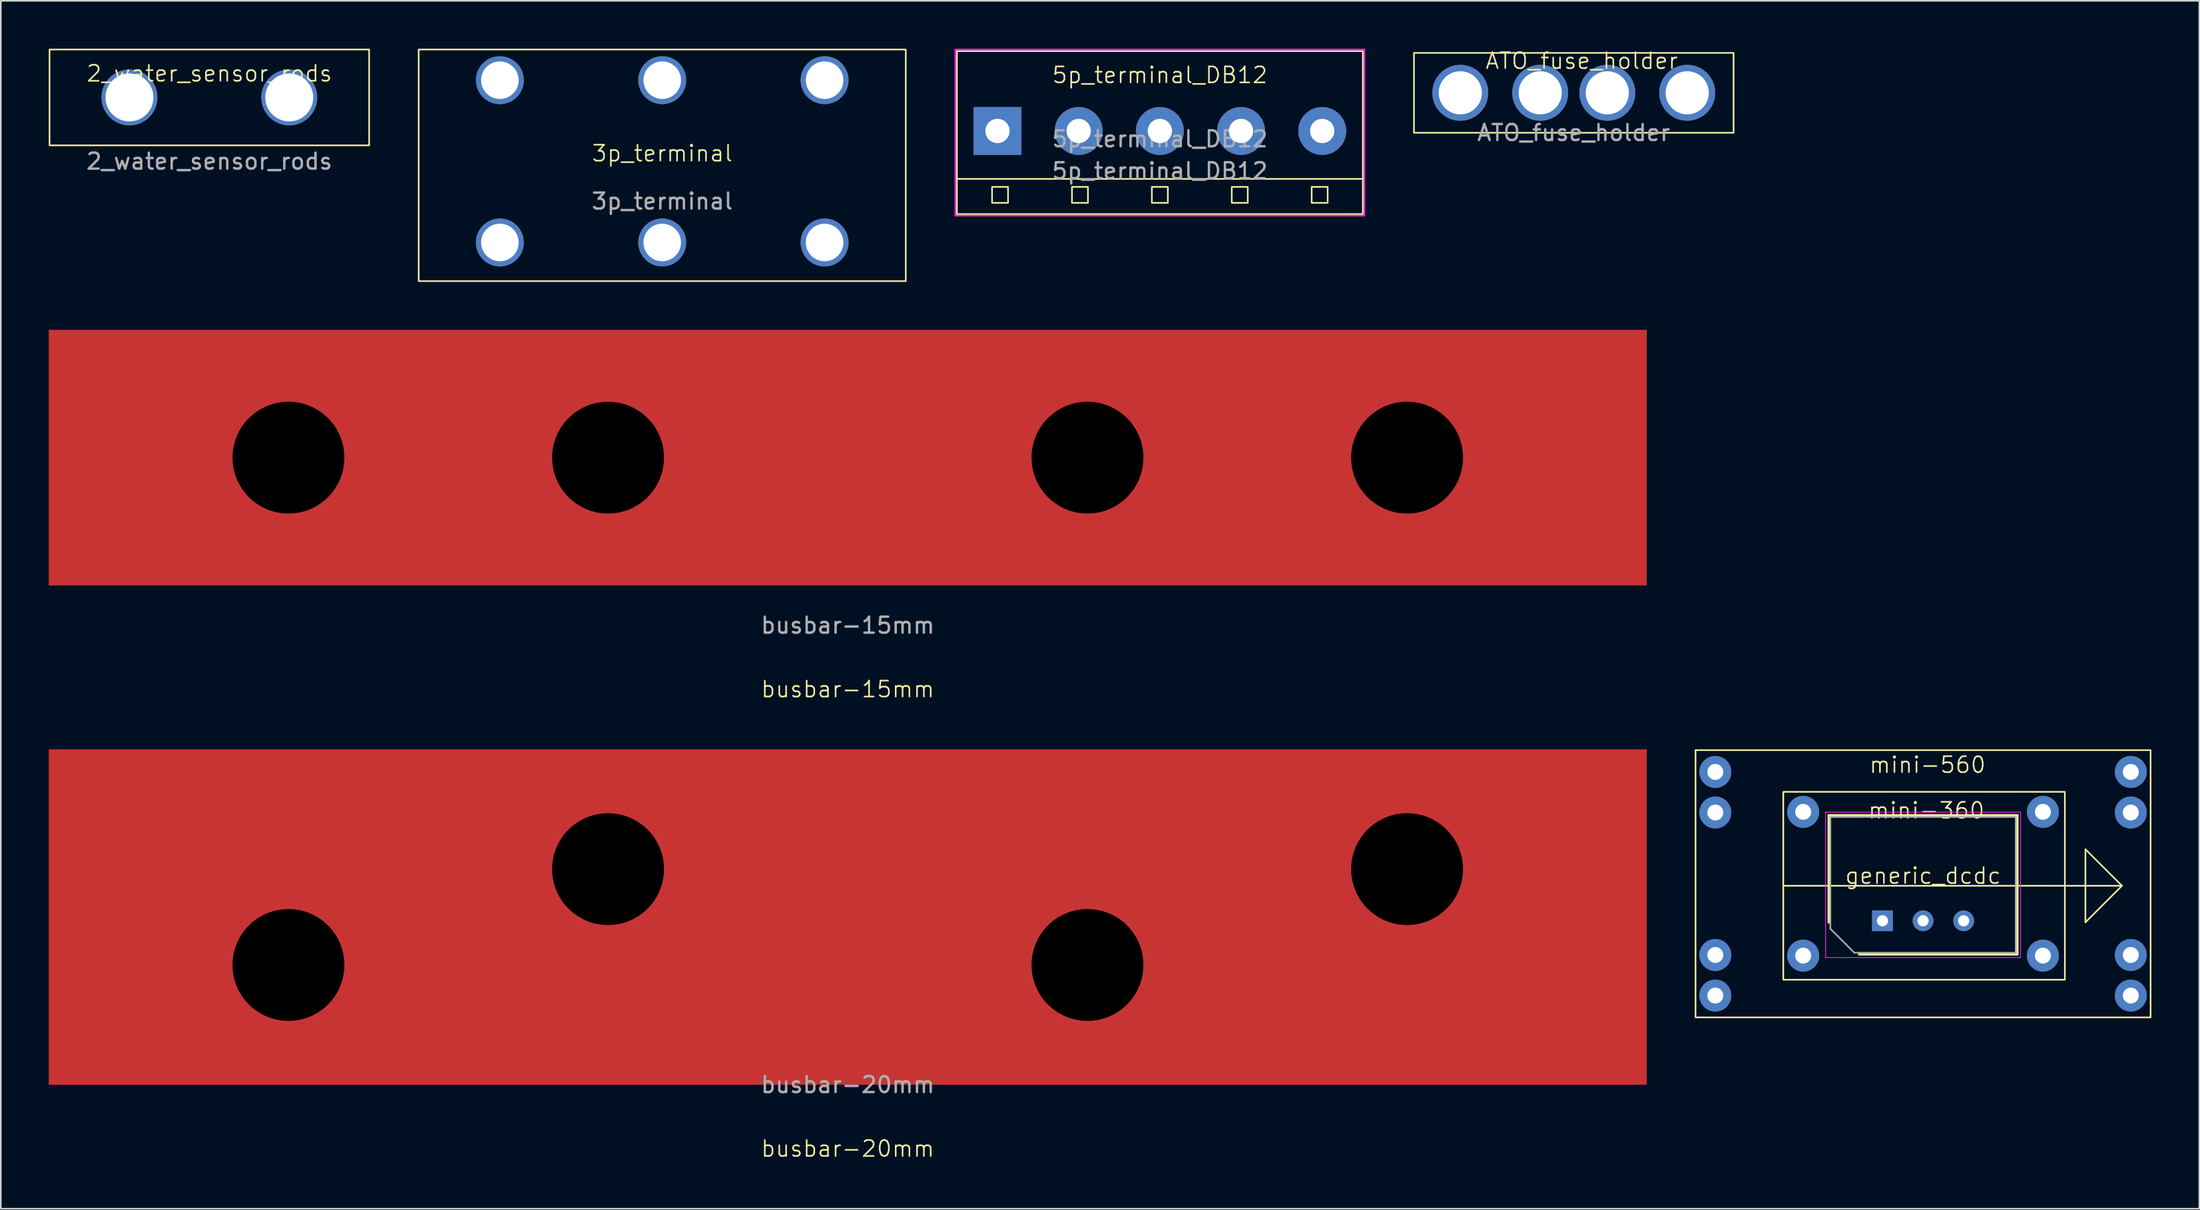
<source format=kicad_pcb>
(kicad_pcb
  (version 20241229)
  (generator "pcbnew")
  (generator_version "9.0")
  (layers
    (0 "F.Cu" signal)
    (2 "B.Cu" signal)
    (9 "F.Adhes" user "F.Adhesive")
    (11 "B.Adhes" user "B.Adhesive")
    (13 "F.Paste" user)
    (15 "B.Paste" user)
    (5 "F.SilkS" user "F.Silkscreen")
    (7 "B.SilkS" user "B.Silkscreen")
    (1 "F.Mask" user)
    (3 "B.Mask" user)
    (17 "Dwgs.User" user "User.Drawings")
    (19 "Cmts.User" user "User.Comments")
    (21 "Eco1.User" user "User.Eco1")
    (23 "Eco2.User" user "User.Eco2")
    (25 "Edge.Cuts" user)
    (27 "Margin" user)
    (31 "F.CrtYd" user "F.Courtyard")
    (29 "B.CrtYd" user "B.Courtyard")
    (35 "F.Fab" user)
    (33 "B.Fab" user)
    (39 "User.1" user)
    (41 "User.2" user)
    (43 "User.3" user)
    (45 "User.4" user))
  (footprint "busbar-15mm"
    (layer "F.Cu")
    (at 50 25.6)
    (property "Reference" "busbar-15mm" (at 0 14.5 0) (unlocked yes) (layer "F.SilkS") (effects (font (size 1 1) (thickness 0.1))))
    (attr smd)
    (fp_text user "${REFERENCE}" (at 0 10.5 0) (unlocked yes) (layer "F.Fab") (effects (font (size 1 1) (thickness 0.15))))
    (pad "" np_thru_hole circle (at -35 0) (size 7 7) (drill 7) (layers "*.Mask"))
    (pad "" np_thru_hole circle (at -15 0) (size 7 7) (drill 7) (layers "*.Mask"))
    (pad "" np_thru_hole circle (at 15 0) (size 7 7) (drill 7) (layers "*.Mask"))
    (pad "" np_thru_hole circle (at 35 0) (size 7 7) (drill 7) (layers "*.Mask"))
    (pad "1" smd rect (at 0 0) (size 100 16) (layers "F.Cu" "F.Mask" "F.Paste")))
  (footprint "busbar-20mm"
    (layer "F.Cu")
    (at 50 54.361)
    (property "Reference" "busbar-20mm" (at 0 14.5 0) (unlocked yes) (layer "F.SilkS") (effects (font (size 1 1) (thickness 0.1))))
    (attr smd)
    (fp_text user "${REFERENCE}" (at 0 10.5 0) (unlocked yes) (layer "F.Fab") (effects (font (size 1 1) (thickness 0.15))))
    (pad "" np_thru_hole circle (at -35 3) (size 7 7) (drill 7) (layers "*.Mask"))
    (pad "" np_thru_hole circle (at -15 -3) (size 7 7) (drill 7) (layers "*.Mask"))
    (pad "" np_thru_hole circle (at 15 3) (size 7 7) (drill 7) (layers "*.Mask"))
    (pad "" np_thru_hole circle (at 35 -3) (size 7 7) (drill 7) (layers "*.Mask"))
    (pad "1" smd rect (at 0 0) (size 100 21) (layers "F.Cu" "F.Mask" "F.Paste")))
  (footprint "3p_terminal"
    (layer "F.Cu")
    (at 38.39 7.05)
    (property "Reference" "3p_terminal" (at 0 -0.5 0) (unlocked yes) (layer "F.SilkS") (effects (font (size 1 1) (thickness 0.1))))
    (attr through_hole)
    (fp_rect (start -15.24 -7) (end 15.24 7.5) (stroke (width 0.1) (type default)) (fill no) (layer "F.SilkS"))
    (fp_text user "${REFERENCE}" (at 0 2.5 0) (unlocked yes) (layer "F.Fab") (effects (font (size 1 1) (thickness 0.15))))
    (pad "1" thru_hole circle (at -10.16 -5.08) (size 3 3) (drill 2.35) (layers "*.Cu" "*.Mask"))
    (pad "1" thru_hole circle (at -10.16 5.08) (size 3 3) (drill 2.35) (layers "*.Cu" "*.Mask"))
    (pad "2" thru_hole circle (at 0 -5.08) (size 3 3) (drill 2.35) (layers "*.Cu" "*.Mask"))
    (pad "2" thru_hole circle (at 0 5.08) (size 3 3) (drill 2.35) (layers "*.Cu" "*.Mask"))
    (pad "3" thru_hole circle (at 10.16 -5.08) (size 3 3) (drill 2.35) (layers "*.Cu" "*.Mask"))
    (pad "3" thru_hole circle (at 10.16 5.08) (size 3 3) (drill 2.35) (layers "*.Cu" "*.Mask")))
  (footprint "generic_dcdc"
    (layer "F.Cu")
    (at 117.288 52.276)
    (property "Reference" "generic_dcdc" (at 0 -0.5 0) (unlocked yes) (layer "F.SilkS") (effects (font (size 1 1) (thickness 0.1))))
    (attr through_hole)
    (fp_line (start -8.746 0.127) (end 12.446 0.127) (stroke (width 0.1) (type default)) (layer "F.SilkS"))
    (fp_line (start -5.9 -4.281) (end 5.9 -4.281) (stroke (width 0.15) (type solid)) (layer "F.SilkS"))
    (fp_line (start -5.9 2.419) (end -5.9 -4.281) (stroke (width 0.15) (type solid)) (layer "F.SilkS"))
    (fp_line (start -4 4.419) (end 5.9 4.419) (stroke (width 0.15) (type solid)) (layer "F.SilkS"))
    (fp_line (start 5.9 -4.281) (end 5.9 4.419) (stroke (width 0.15) (type solid)) (layer "F.SilkS"))
    (fp_line (start 10.16 -2.159) (end 12.446 0.127) (stroke (width 0.1) (type default)) (layer "F.SilkS"))
    (fp_line (start 10.16 2.413) (end 10.16 -2.159) (stroke (width 0.1) (type default)) (layer "F.SilkS"))
    (fp_line (start 12.446 0.127) (end 10.16 2.413) (stroke (width 0.1) (type default)) (layer "F.SilkS"))
    (fp_rect (start -14.238 -8.365) (end 14.238 8.365) (stroke (width 0.1) (type default)) (fill no) (layer "F.SilkS"))
    (fp_rect (start -8.746 -5.754) (end 8.873 6.008) (stroke (width 0.1) (type default)) (fill no) (layer "F.SilkS"))
    (fp_line (start -6.1 4.619) (end -6.1 -4.481) (stroke (width 0.05) (type solid)) (layer "F.CrtYd"))
    (fp_line (start 6.1 -4.481) (end -6.1 -4.481) (stroke (width 0.05) (type solid)) (layer "F.CrtYd"))
    (fp_line (start 6.1 4.619) (end -6.1 4.619) (stroke (width 0.05) (type solid)) (layer "F.CrtYd"))
    (fp_line (start 6.1 4.619) (end 6.1 -4.481) (stroke (width 0.05) (type solid)) (layer "F.CrtYd"))
    (fp_line (start -5.8 -4.181) (end -5.8 2.819) (stroke (width 0.1) (type solid)) (layer "F.Fab"))
    (fp_line (start -5.8 2.819) (end -4.3 4.319) (stroke (width 0.1) (type solid)) (layer "F.Fab"))
    (fp_line (start 5.8 -4.181) (end -5.8 -4.181) (stroke (width 0.1) (type solid)) (layer "F.Fab"))
    (fp_line (start 5.8 4.319) (end -4.3 4.319) (stroke (width 0.1) (type solid)) (layer "F.Fab"))
    (fp_line (start 5.8 4.319) (end 5.8 -4.181) (stroke (width 0.1) (type solid)) (layer "F.Fab"))
    (fp_text user "mini-360" (at -3.5 -4 0) (unlocked yes) (layer "F.SilkS") (effects (font (size 1 1) (thickness 0.1)) (justify left bottom)))
    (fp_text user "mini-560" (at -3.429 -6.858 0) (unlocked yes) (layer "F.SilkS") (effects (font (size 1 1) (thickness 0.1)) (justify left bottom)))
    (pad "1" thru_hole circle (at -13 -7) (size 2 2) (drill 1) (layers "*.Cu" "*.Mask"))
    (pad "1" thru_hole circle (at -13 -4.46) (size 2 2) (drill 1) (layers "*.Cu" "*.Mask"))
    (pad "1" thru_hole circle (at -7.5 -4.5) (size 2 2) (drill 1) (layers "*.Cu" "*.Mask"))
    (pad "1" thru_hole rect (at -2.54 2.319 270) (size 1.3 1.3) (drill 0.7) (layers "*.Cu" "*.Mask"))
    (pad "2" thru_hole circle (at -13 4.46) (size 2 2) (drill 1) (layers "*.Cu" "*.Mask"))
    (pad "2" thru_hole circle (at -13 7) (size 2 2) (drill 1) (layers "*.Cu" "*.Mask"))
    (pad "2" thru_hole circle (at -7.5 4.5) (size 2 2) (drill 1) (layers "*.Cu" "*.Mask"))
    (pad "2" thru_hole circle (at 0 2.319 180) (size 1.3 1.3) (drill 0.7) (layers "*.Cu" "*.Mask"))
    (pad "3" thru_hole circle (at 2.54 2.319 270) (size 1.3 1.3) (drill 0.7) (layers "*.Cu" "*.Mask"))
    (pad "3" thru_hole circle (at 7.5 -4.5) (size 2 2) (drill 1) (layers "*.Cu" "*.Mask"))
    (pad "3" thru_hole circle (at 13 -7) (size 2 2) (drill 1) (layers "*.Cu" "*.Mask"))
    (pad "3" thru_hole circle (at 13 -4.46) (size 2 2) (drill 1) (layers "*.Cu" "*.Mask"))
    (pad "4" thru_hole circle (at 7.5 4.5) (size 2 2) (drill 1) (layers "*.Cu" "*.Mask"))
    (pad "4" thru_hole circle (at 13 4.46) (size 2 2) (drill 1) (layers "*.Cu" "*.Mask"))
    (pad "4" thru_hole circle (at 13 7) (size 2 2) (drill 1) (layers "*.Cu" "*.Mask")))
  (footprint "2_water_sensor_rods"
    (layer "F.Cu")
    (at 10.05 3.05)
    (property "Reference" "2_water_sensor_rods" (at 0 -1.5 0) (unlocked yes) (layer "F.SilkS") (effects (font (size 1 1) (thickness 0.1))))
    (fp_rect (start -10 -3) (end 10 3) (stroke (width 0.1) (type default)) (fill no) (layer "F.SilkS"))
    (fp_text user "${REFERENCE}" (at 0 4 0) (unlocked yes) (layer "F.Fab") (effects (font (size 1 1) (thickness 0.15))))
    (pad "1" thru_hole circle (at -5 0) (size 3.5 3.5) (drill 3) (layers "*.Cu" "*.Mask"))
    (pad "2" thru_hole circle (at 5 0) (size 3.5 3.5) (drill 3) (layers "*.Cu" "*.Mask")))
  (footprint "ATO_fuse_holder"
    (layer "F.Cu")
    (at 95.43 2.76)
    (property "Reference" "ATO_fuse_holder" (at 0.5 -2 0) (unlocked yes) (layer "F.SilkS") (effects (font (size 1 1) (thickness 0.1))))
    (fp_rect (start -10 -2.5) (end 10 2.5) (stroke (width 0.1) (type default)) (fill no) (layer "F.SilkS"))
    (fp_text user "${REFERENCE}" (at 0 2.5 0) (unlocked yes) (layer "F.Fab") (effects (font (size 1 1) (thickness 0.15))))
    (pad "1" thru_hole circle (at -7.1 0) (size 3.5 3.5) (drill 2.7) (layers "*.Cu" "*.Mask"))
    (pad "1" thru_hole circle (at -2.1 0) (size 3.5 3.5) (drill 2.7) (layers "*.Cu" "*.Mask"))
    (pad "2" thru_hole circle (at 2.1 0) (size 3.5 3.5) (drill 2.7) (layers "*.Cu" "*.Mask"))
    (pad "2" thru_hole circle (at 7.1 0) (size 3.5 3.5) (drill 2.7) (layers "*.Cu" "*.Mask")))
  (footprint "5p_terminal_DB12"
    (layer "F.Cu")
    (at 69.53 5.15)
    (property "Reference" "5p_terminal_DB12" (at 0 -3.5 0) (unlocked yes) (layer "F.SilkS") (effects (font (size 1 1) (thickness 0.1))))
    (attr through_hole)
    (fp_line (start -12.7 3) (end 12.7 3) (stroke (width 0.1) (type default)) (layer "F.SilkS"))
    (fp_rect (start -12.7 -5) (end 12.7 5.2) (stroke (width 0.1) (type default)) (fill no) (layer "F.SilkS"))
    (fp_rect (start -10.5 3.5) (end -9.5 4.5) (stroke (width 0.1) (type default)) (fill no) (layer "F.SilkS"))
    (fp_rect (start -5.5 3.5) (end -4.5 4.5) (stroke (width 0.1) (type default)) (fill no) (layer "F.SilkS"))
    (fp_rect (start -0.5 3.5) (end 0.5 4.5) (stroke (width 0.1) (type default)) (fill no) (layer "F.SilkS"))
    (fp_rect (start 4.5 3.5) (end 5.5 4.5) (stroke (width 0.1) (type default)) (fill no) (layer "F.SilkS"))
    (fp_rect (start 9.5 3.5) (end 10.5 4.5) (stroke (width 0.1) (type default)) (fill no) (layer "F.SilkS"))
    (fp_rect (start -12.8 -5.1) (end 12.8 5.3) (stroke (width 0.1) (type default)) (fill no) (layer "F.CrtYd"))
    (fp_text user "${REFERENCE}" (at 0 0.5 0) (layer "F.Fab") (effects (font (size 1 1) (thickness 0.15))))
    (fp_text user "${REFERENCE}" (at 0 2.5 0) (unlocked yes) (layer "F.Fab") (effects (font (size 1 1) (thickness 0.15))))
    (pad "1" thru_hole rect (at -10.16 0) (size 3 3) (drill 1.52) (layers "*.Cu" "*.Mask"))
    (pad "2" thru_hole circle (at -5.08 0) (size 3 3) (drill 1.52) (layers "*.Cu" "*.Mask"))
    (pad "3" thru_hole circle (at 0 0) (size 3 3) (drill 1.52) (layers "*.Cu" "*.Mask"))
    (pad "4" thru_hole circle (at 5.08 0) (size 3 3) (drill 1.52) (layers "*.Cu" "*.Mask"))
    (pad "5" thru_hole circle (at 10.16 0) (size 3 3) (drill 1.52) (layers "*.Cu" "*.Mask")))
  (gr_rect
    (start -3 -3)
    (end 134.576 72.621)
    (stroke (width 0.1) (type default))
    (fill no)
    (layer "Edge.Cuts")))
</source>
